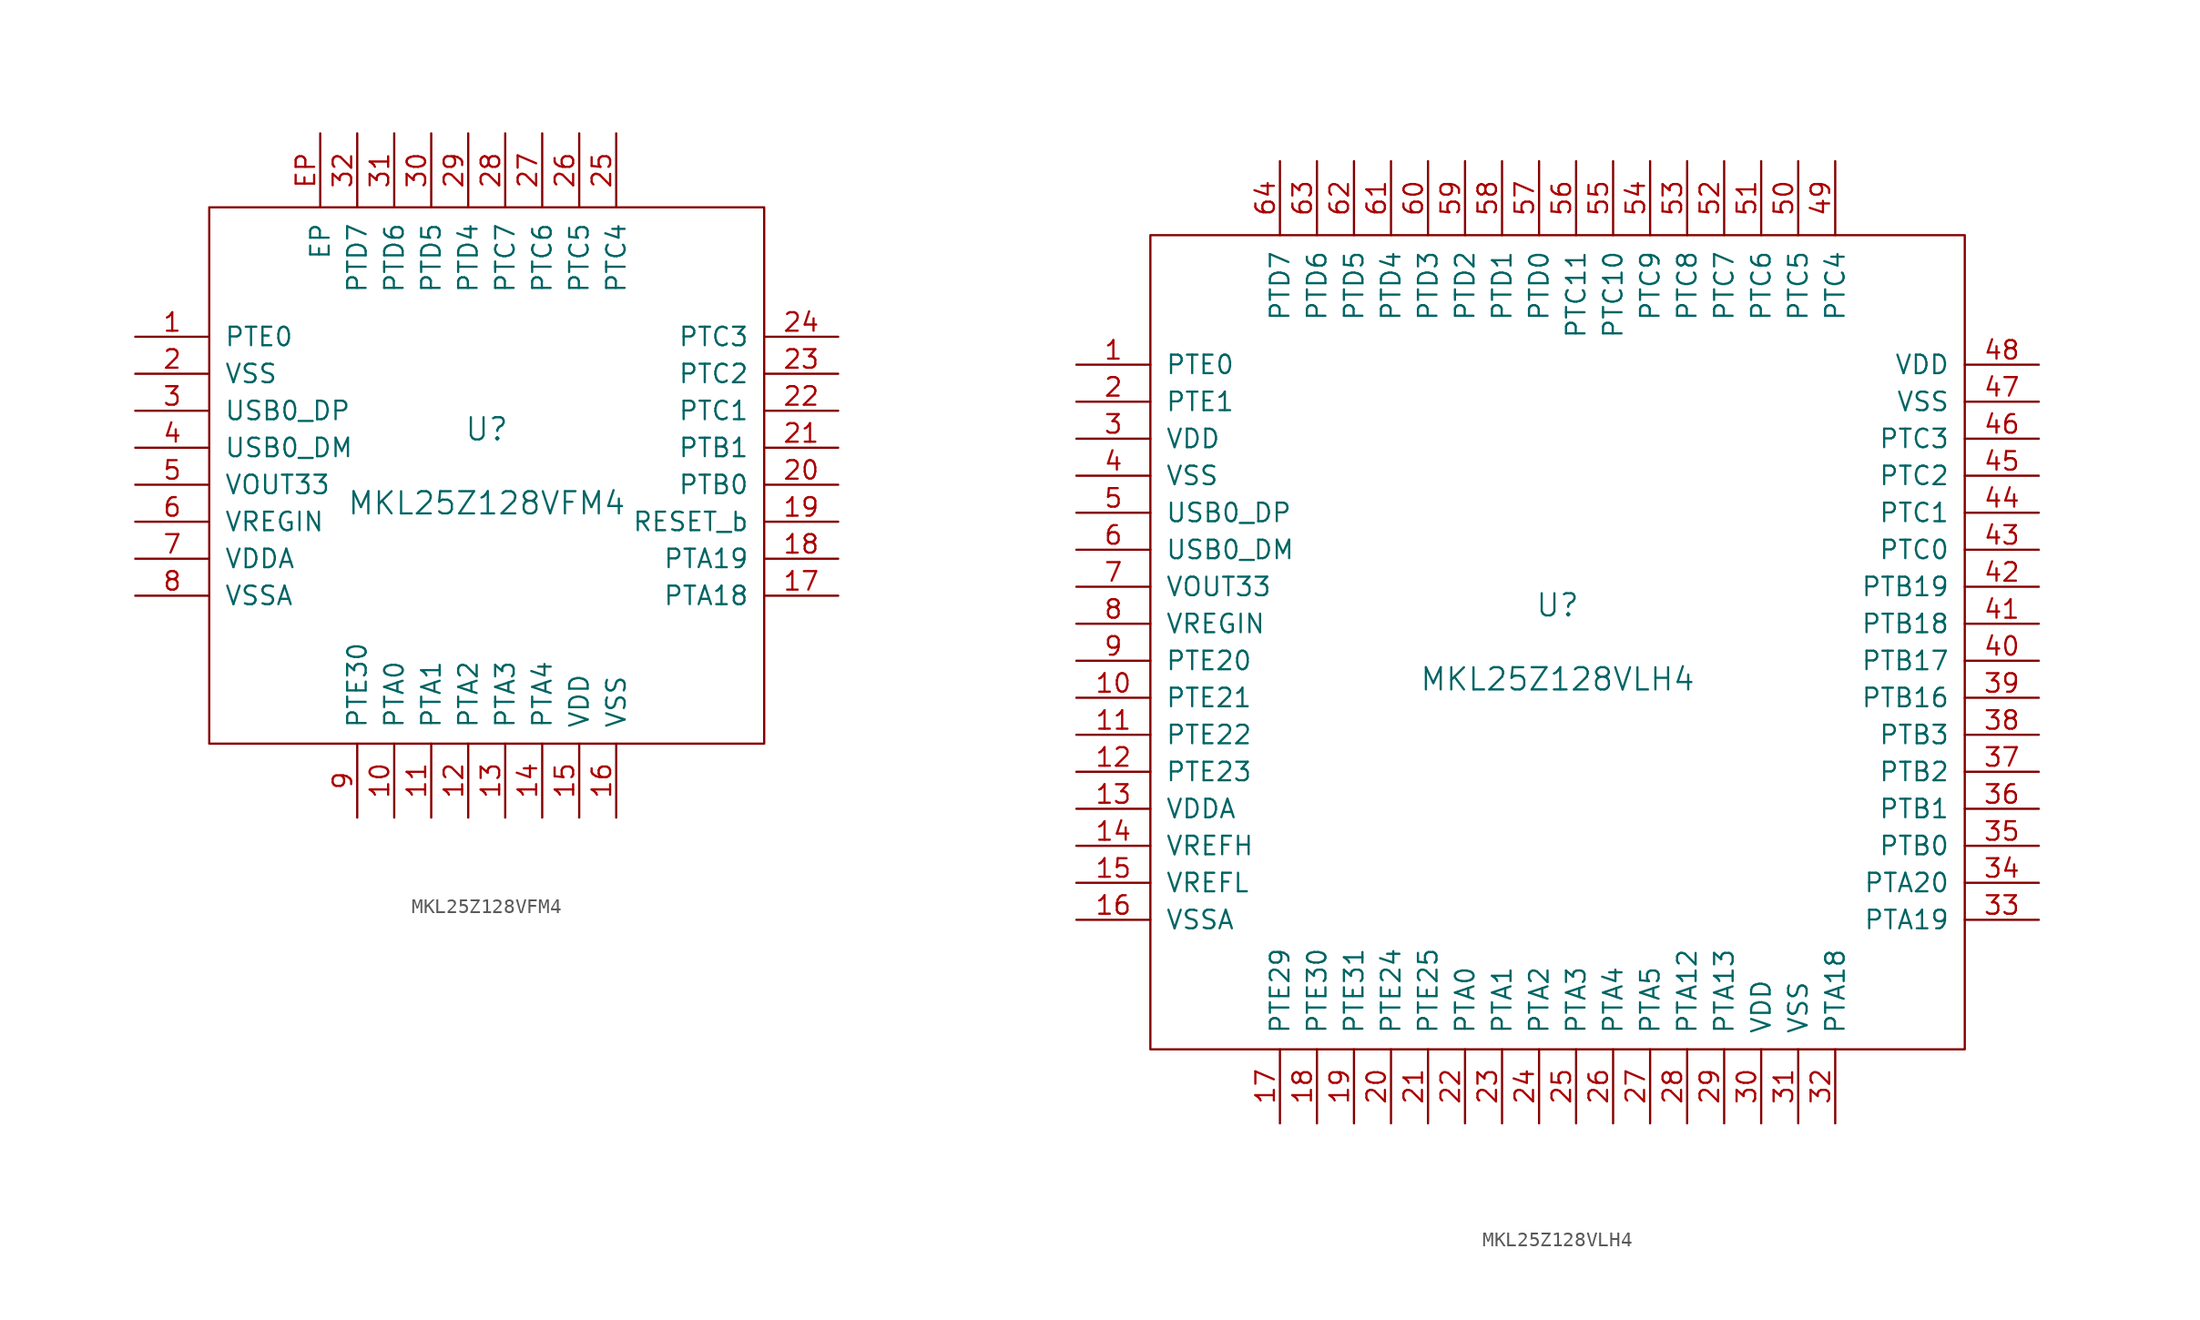
<source format=kicad_sym>
(kicad_symbol_lib
  (version 20201005)
  (generator kicad_symbol_editor)
  (symbol "MKL25Z128VFM4"
    (pin_names
      (offset 1.016))
    (property "Reference" "U"
      (at 0 2.54 0)
      (effects (font (size 1.524 1.524))))
    (property "Value" "MKL25Z128VFM4"
      (at 0 -2.54 0)
      (effects (font (size 1.524 1.524))))
    (symbol "MKL25Z128VFM4_0_1"
      (rectangle (start -19.05 17.78) (end 19.05 -19.05) (stroke (width 0)) (fill (type none))))
    (symbol "MKL25Z128VFM4_1_1"
      (pin bidirectional line (at -24.13 8.89 0) (length 5.08) (name "PTE0" (effects (font (size 1.27 1.27)))) (number "1" (effects (font (size 1.27 1.27)))))
      (pin bidirectional line (at -6.35 -24.13 90) (length 5.08) (name "PTA0" (effects (font (size 1.27 1.27)))) (number "10" (effects (font (size 1.27 1.27)))))
      (pin bidirectional line (at -3.81 -24.13 90) (length 5.08) (name "PTA1" (effects (font (size 1.27 1.27)))) (number "11" (effects (font (size 1.27 1.27)))))
      (pin bidirectional line (at -1.27 -24.13 90) (length 5.08) (name "PTA2" (effects (font (size 1.27 1.27)))) (number "12" (effects (font (size 1.27 1.27)))))
      (pin bidirectional line (at 1.27 -24.13 90) (length 5.08) (name "PTA3" (effects (font (size 1.27 1.27)))) (number "13" (effects (font (size 1.27 1.27)))))
      (pin bidirectional line (at 3.81 -24.13 90) (length 5.08) (name "PTA4" (effects (font (size 1.27 1.27)))) (number "14" (effects (font (size 1.27 1.27)))))
      (pin power_in line (at 6.35 -24.13 90) (length 5.08) (name "VDD" (effects (font (size 1.27 1.27)))) (number "15" (effects (font (size 1.27 1.27)))))
      (pin power_in line (at 8.89 -24.13 90) (length 5.08) (name "VSS" (effects (font (size 1.27 1.27)))) (number "16" (effects (font (size 1.27 1.27)))))
      (pin bidirectional line (at 24.13 -8.89 180) (length 5.08) (name "PTA18" (effects (font (size 1.27 1.27)))) (number "17" (effects (font (size 1.27 1.27)))))
      (pin bidirectional line (at 24.13 -6.35 180) (length 5.08) (name "PTA19" (effects (font (size 1.27 1.27)))) (number "18" (effects (font (size 1.27 1.27)))))
      (pin bidirectional line (at 24.13 -3.81 180) (length 5.08) (name "RESET_b" (effects (font (size 1.27 1.27)))) (number "19" (effects (font (size 1.27 1.27)))))
      (pin power_in line (at -24.13 6.35 0) (length 5.08) (name "VSS" (effects (font (size 1.27 1.27)))) (number "2" (effects (font (size 1.27 1.27)))))
      (pin input line (at 24.13 -1.27 180) (length 5.08) (name "PTB0" (effects (font (size 1.27 1.27)))) (number "20" (effects (font (size 1.27 1.27)))))
      (pin input line (at 24.13 1.27 180) (length 5.08) (name "PTB1" (effects (font (size 1.27 1.27)))) (number "21" (effects (font (size 1.27 1.27)))))
      (pin power_in line (at 24.13 3.81 180) (length 5.08) (name "PTC1" (effects (font (size 1.27 1.27)))) (number "22" (effects (font (size 1.27 1.27)))))
      (pin bidirectional line (at 24.13 6.35 180) (length 5.08) (name "PTC2" (effects (font (size 1.27 1.27)))) (number "23" (effects (font (size 1.27 1.27)))))
      (pin bidirectional line (at 24.13 8.89 180) (length 5.08) (name "PTC3" (effects (font (size 1.27 1.27)))) (number "24" (effects (font (size 1.27 1.27)))))
      (pin bidirectional line (at 8.89 22.86 270) (length 5.08) (name "PTC4" (effects (font (size 1.27 1.27)))) (number "25" (effects (font (size 1.27 1.27)))))
      (pin bidirectional line (at 6.35 22.86 270) (length 5.08) (name "PTC5" (effects (font (size 1.27 1.27)))) (number "26" (effects (font (size 1.27 1.27)))))
      (pin bidirectional line (at 3.81 22.86 270) (length 5.08) (name "PTC6" (effects (font (size 1.27 1.27)))) (number "27" (effects (font (size 1.27 1.27)))))
      (pin bidirectional line (at 1.27 22.86 270) (length 5.08) (name "PTC7" (effects (font (size 1.27 1.27)))) (number "28" (effects (font (size 1.27 1.27)))))
      (pin bidirectional line (at -1.27 22.86 270) (length 5.08) (name "PTD4" (effects (font (size 1.27 1.27)))) (number "29" (effects (font (size 1.27 1.27)))))
      (pin bidirectional line (at -24.13 3.81 0) (length 5.08) (name "USB0_DP" (effects (font (size 1.27 1.27)))) (number "3" (effects (font (size 1.27 1.27)))))
      (pin bidirectional line (at -3.81 22.86 270) (length 5.08) (name "PTD5" (effects (font (size 1.27 1.27)))) (number "30" (effects (font (size 1.27 1.27)))))
      (pin bidirectional line (at -6.35 22.86 270) (length 5.08) (name "PTD6" (effects (font (size 1.27 1.27)))) (number "31" (effects (font (size 1.27 1.27)))))
      (pin bidirectional line (at -8.89 22.86 270) (length 5.08) (name "PTD7" (effects (font (size 1.27 1.27)))) (number "32" (effects (font (size 1.27 1.27)))))
      (pin bidirectional line (at -24.13 1.27 0) (length 5.08) (name "USB0_DM" (effects (font (size 1.27 1.27)))) (number "4" (effects (font (size 1.27 1.27)))))
      (pin power_out line (at -24.13 -1.27 0) (length 5.08) (name "VOUT33" (effects (font (size 1.27 1.27)))) (number "5" (effects (font (size 1.27 1.27)))))
      (pin power_in line (at -24.13 -3.81 0) (length 5.08) (name "VREGIN" (effects (font (size 1.27 1.27)))) (number "6" (effects (font (size 1.27 1.27)))))
      (pin power_in line (at -24.13 -6.35 0) (length 5.08) (name "VDDA" (effects (font (size 1.27 1.27)))) (number "7" (effects (font (size 1.27 1.27)))))
      (pin power_in line (at -24.13 -8.89 0) (length 5.08) (name "VSSA" (effects (font (size 1.27 1.27)))) (number "8" (effects (font (size 1.27 1.27)))))
      (pin bidirectional line (at -8.89 -24.13 90) (length 5.08) (name "PTE30" (effects (font (size 1.27 1.27)))) (number "9" (effects (font (size 1.27 1.27)))))
      (pin bidirectional line (at -11.43 22.86 270) (length 5.08) (name "EP" (effects (font (size 1.27 1.27)))) (number "EP" (effects (font (size 1.27 1.27)))))))
  (symbol "MKL25Z128VLH4"
    (pin_names
      (offset 1.016))
    (property "Reference" "U"
      (at 0 2.54 0)
      (effects (font (size 1.524 1.524))))
    (property "Value" "MKL25Z128VLH4"
      (at 0 -2.54 0)
      (effects (font (size 1.524 1.524))))
    (symbol "MKL25Z128VLH4_0_1"
      (rectangle (start -27.94 27.94) (end 27.94 -27.94) (stroke (width 0)) (fill (type none))))
    (symbol "MKL25Z128VLH4_1_1"
      (pin bidirectional line (at -33.02 19.05 0) (length 5.08) (name "PTE0" (effects (font (size 1.27 1.27)))) (number "1" (effects (font (size 1.27 1.27)))))
      (pin bidirectional line (at -33.02 -3.81 0) (length 5.08) (name "PTE21" (effects (font (size 1.27 1.27)))) (number "10" (effects (font (size 1.27 1.27)))))
      (pin bidirectional line (at -33.02 -6.35 0) (length 5.08) (name "PTE22" (effects (font (size 1.27 1.27)))) (number "11" (effects (font (size 1.27 1.27)))))
      (pin bidirectional line (at -33.02 -8.89 0) (length 5.08) (name "PTE23" (effects (font (size 1.27 1.27)))) (number "12" (effects (font (size 1.27 1.27)))))
      (pin power_in line (at -33.02 -11.43 0) (length 5.08) (name "VDDA" (effects (font (size 1.27 1.27)))) (number "13" (effects (font (size 1.27 1.27)))))
      (pin power_in line (at -33.02 -13.97 0) (length 5.08) (name "VREFH" (effects (font (size 1.27 1.27)))) (number "14" (effects (font (size 1.27 1.27)))))
      (pin power_in line (at -33.02 -16.51 0) (length 5.08) (name "VREFL" (effects (font (size 1.27 1.27)))) (number "15" (effects (font (size 1.27 1.27)))))
      (pin power_in line (at -33.02 -19.05 0) (length 5.08) (name "VSSA" (effects (font (size 1.27 1.27)))) (number "16" (effects (font (size 1.27 1.27)))))
      (pin bidirectional line (at -19.05 -33.02 90) (length 5.08) (name "PTE29" (effects (font (size 1.27 1.27)))) (number "17" (effects (font (size 1.27 1.27)))))
      (pin bidirectional line (at -16.51 -33.02 90) (length 5.08) (name "PTE30" (effects (font (size 1.27 1.27)))) (number "18" (effects (font (size 1.27 1.27)))))
      (pin bidirectional line (at -13.97 -33.02 90) (length 5.08) (name "PTE31" (effects (font (size 1.27 1.27)))) (number "19" (effects (font (size 1.27 1.27)))))
      (pin bidirectional line (at -33.02 16.51 0) (length 5.08) (name "PTE1" (effects (font (size 1.27 1.27)))) (number "2" (effects (font (size 1.27 1.27)))))
      (pin bidirectional line (at -11.43 -33.02 90) (length 5.08) (name "PTE24" (effects (font (size 1.27 1.27)))) (number "20" (effects (font (size 1.27 1.27)))))
      (pin bidirectional line (at -8.89 -33.02 90) (length 5.08) (name "PTE25" (effects (font (size 1.27 1.27)))) (number "21" (effects (font (size 1.27 1.27)))))
      (pin bidirectional line (at -6.35 -33.02 90) (length 5.08) (name "PTA0" (effects (font (size 1.27 1.27)))) (number "22" (effects (font (size 1.27 1.27)))))
      (pin bidirectional line (at -3.81 -33.02 90) (length 5.08) (name "PTA1" (effects (font (size 1.27 1.27)))) (number "23" (effects (font (size 1.27 1.27)))))
      (pin bidirectional line (at -1.27 -33.02 90) (length 5.08) (name "PTA2" (effects (font (size 1.27 1.27)))) (number "24" (effects (font (size 1.27 1.27)))))
      (pin bidirectional line (at 1.27 -33.02 90) (length 5.08) (name "PTA3" (effects (font (size 1.27 1.27)))) (number "25" (effects (font (size 1.27 1.27)))))
      (pin bidirectional line (at 3.81 -33.02 90) (length 5.08) (name "PTA4" (effects (font (size 1.27 1.27)))) (number "26" (effects (font (size 1.27 1.27)))))
      (pin bidirectional line (at 6.35 -33.02 90) (length 5.08) (name "PTA5" (effects (font (size 1.27 1.27)))) (number "27" (effects (font (size 1.27 1.27)))))
      (pin bidirectional line (at 8.89 -33.02 90) (length 5.08) (name "PTA12" (effects (font (size 1.27 1.27)))) (number "28" (effects (font (size 1.27 1.27)))))
      (pin bidirectional line (at 11.43 -33.02 90) (length 5.08) (name "PTA13" (effects (font (size 1.27 1.27)))) (number "29" (effects (font (size 1.27 1.27)))))
      (pin power_in line (at -33.02 13.97 0) (length 5.08) (name "VDD" (effects (font (size 1.27 1.27)))) (number "3" (effects (font (size 1.27 1.27)))))
      (pin power_in line (at 13.97 -33.02 90) (length 5.08) (name "VDD" (effects (font (size 1.27 1.27)))) (number "30" (effects (font (size 1.27 1.27)))))
      (pin power_in line (at 16.51 -33.02 90) (length 5.08) (name "VSS" (effects (font (size 1.27 1.27)))) (number "31" (effects (font (size 1.27 1.27)))))
      (pin bidirectional line (at 19.05 -33.02 90) (length 5.08) (name "PTA18" (effects (font (size 1.27 1.27)))) (number "32" (effects (font (size 1.27 1.27)))))
      (pin bidirectional line (at 33.02 -19.05 180) (length 5.08) (name "PTA19" (effects (font (size 1.27 1.27)))) (number "33" (effects (font (size 1.27 1.27)))))
      (pin bidirectional line (at 33.02 -16.51 180) (length 5.08) (name "PTA20" (effects (font (size 1.27 1.27)))) (number "34" (effects (font (size 1.27 1.27)))))
      (pin input line (at 33.02 -13.97 180) (length 5.08) (name "PTB0" (effects (font (size 1.27 1.27)))) (number "35" (effects (font (size 1.27 1.27)))))
      (pin input line (at 33.02 -11.43 180) (length 5.08) (name "PTB1" (effects (font (size 1.27 1.27)))) (number "36" (effects (font (size 1.27 1.27)))))
      (pin bidirectional line (at 33.02 -8.89 180) (length 5.08) (name "PTB2" (effects (font (size 1.27 1.27)))) (number "37" (effects (font (size 1.27 1.27)))))
      (pin bidirectional line (at 33.02 -6.35 180) (length 5.08) (name "PTB3" (effects (font (size 1.27 1.27)))) (number "38" (effects (font (size 1.27 1.27)))))
      (pin bidirectional line (at 33.02 -3.81 180) (length 5.08) (name "PTB16" (effects (font (size 1.27 1.27)))) (number "39" (effects (font (size 1.27 1.27)))))
      (pin power_in line (at -33.02 11.43 0) (length 5.08) (name "VSS" (effects (font (size 1.27 1.27)))) (number "4" (effects (font (size 1.27 1.27)))))
      (pin bidirectional line (at 33.02 -1.27 180) (length 5.08) (name "PTB17" (effects (font (size 1.27 1.27)))) (number "40" (effects (font (size 1.27 1.27)))))
      (pin bidirectional line (at 33.02 1.27 180) (length 5.08) (name "PTB18" (effects (font (size 1.27 1.27)))) (number "41" (effects (font (size 1.27 1.27)))))
      (pin bidirectional line (at 33.02 3.81 180) (length 5.08) (name "PTB19" (effects (font (size 1.27 1.27)))) (number "42" (effects (font (size 1.27 1.27)))))
      (pin bidirectional line (at 33.02 6.35 180) (length 5.08) (name "PTC0" (effects (font (size 1.27 1.27)))) (number "43" (effects (font (size 1.27 1.27)))))
      (pin power_in line (at 33.02 8.89 180) (length 5.08) (name "PTC1" (effects (font (size 1.27 1.27)))) (number "44" (effects (font (size 1.27 1.27)))))
      (pin bidirectional line (at 33.02 11.43 180) (length 5.08) (name "PTC2" (effects (font (size 1.27 1.27)))) (number "45" (effects (font (size 1.27 1.27)))))
      (pin bidirectional line (at 33.02 13.97 180) (length 5.08) (name "PTC3" (effects (font (size 1.27 1.27)))) (number "46" (effects (font (size 1.27 1.27)))))
      (pin power_in line (at 33.02 16.51 180) (length 5.08) (name "VSS" (effects (font (size 1.27 1.27)))) (number "47" (effects (font (size 1.27 1.27)))))
      (pin power_in line (at 33.02 19.05 180) (length 5.08) (name "VDD" (effects (font (size 1.27 1.27)))) (number "48" (effects (font (size 1.27 1.27)))))
      (pin bidirectional line (at 19.05 33.02 270) (length 5.08) (name "PTC4" (effects (font (size 1.27 1.27)))) (number "49" (effects (font (size 1.27 1.27)))))
      (pin bidirectional line (at -33.02 8.89 0) (length 5.08) (name "USB0_DP" (effects (font (size 1.27 1.27)))) (number "5" (effects (font (size 1.27 1.27)))))
      (pin bidirectional line (at 16.51 33.02 270) (length 5.08) (name "PTC5" (effects (font (size 1.27 1.27)))) (number "50" (effects (font (size 1.27 1.27)))))
      (pin bidirectional line (at 13.97 33.02 270) (length 5.08) (name "PTC6" (effects (font (size 1.27 1.27)))) (number "51" (effects (font (size 1.27 1.27)))))
      (pin bidirectional line (at 11.43 33.02 270) (length 5.08) (name "PTC7" (effects (font (size 1.27 1.27)))) (number "52" (effects (font (size 1.27 1.27)))))
      (pin bidirectional line (at 8.89 33.02 270) (length 5.08) (name "PTC8" (effects (font (size 1.27 1.27)))) (number "53" (effects (font (size 1.27 1.27)))))
      (pin power_in line (at 6.35 33.02 270) (length 5.08) (name "PTC9" (effects (font (size 1.27 1.27)))) (number "54" (effects (font (size 1.27 1.27)))))
      (pin bidirectional line (at 3.81 33.02 270) (length 5.08) (name "PTC10" (effects (font (size 1.27 1.27)))) (number "55" (effects (font (size 1.27 1.27)))))
      (pin bidirectional line (at 1.27 33.02 270) (length 5.08) (name "PTC11" (effects (font (size 1.27 1.27)))) (number "56" (effects (font (size 1.27 1.27)))))
      (pin bidirectional line (at -1.27 33.02 270) (length 5.08) (name "PTD0" (effects (font (size 1.27 1.27)))) (number "57" (effects (font (size 1.27 1.27)))))
      (pin bidirectional line (at -3.81 33.02 270) (length 5.08) (name "PTD1" (effects (font (size 1.27 1.27)))) (number "58" (effects (font (size 1.27 1.27)))))
      (pin bidirectional line (at -6.35 33.02 270) (length 5.08) (name "PTD2" (effects (font (size 1.27 1.27)))) (number "59" (effects (font (size 1.27 1.27)))))
      (pin bidirectional line (at -33.02 6.35 0) (length 5.08) (name "USB0_DM" (effects (font (size 1.27 1.27)))) (number "6" (effects (font (size 1.27 1.27)))))
      (pin bidirectional line (at -8.89 33.02 270) (length 5.08) (name "PTD3" (effects (font (size 1.27 1.27)))) (number "60" (effects (font (size 1.27 1.27)))))
      (pin bidirectional line (at -11.43 33.02 270) (length 5.08) (name "PTD4" (effects (font (size 1.27 1.27)))) (number "61" (effects (font (size 1.27 1.27)))))
      (pin bidirectional line (at -13.97 33.02 270) (length 5.08) (name "PTD5" (effects (font (size 1.27 1.27)))) (number "62" (effects (font (size 1.27 1.27)))))
      (pin bidirectional line (at -16.51 33.02 270) (length 5.08) (name "PTD6" (effects (font (size 1.27 1.27)))) (number "63" (effects (font (size 1.27 1.27)))))
      (pin bidirectional line (at -19.05 33.02 270) (length 5.08) (name "PTD7" (effects (font (size 1.27 1.27)))) (number "64" (effects (font (size 1.27 1.27)))))
      (pin power_out line (at -33.02 3.81 0) (length 5.08) (name "VOUT33" (effects (font (size 1.27 1.27)))) (number "7" (effects (font (size 1.27 1.27)))))
      (pin power_in line (at -33.02 1.27 0) (length 5.08) (name "VREGIN" (effects (font (size 1.27 1.27)))) (number "8" (effects (font (size 1.27 1.27)))))
      (pin bidirectional line (at -33.02 -1.27 0) (length 5.08) (name "PTE20" (effects (font (size 1.27 1.27)))) (number "9" (effects (font (size 1.27 1.27))))))))
</source>
